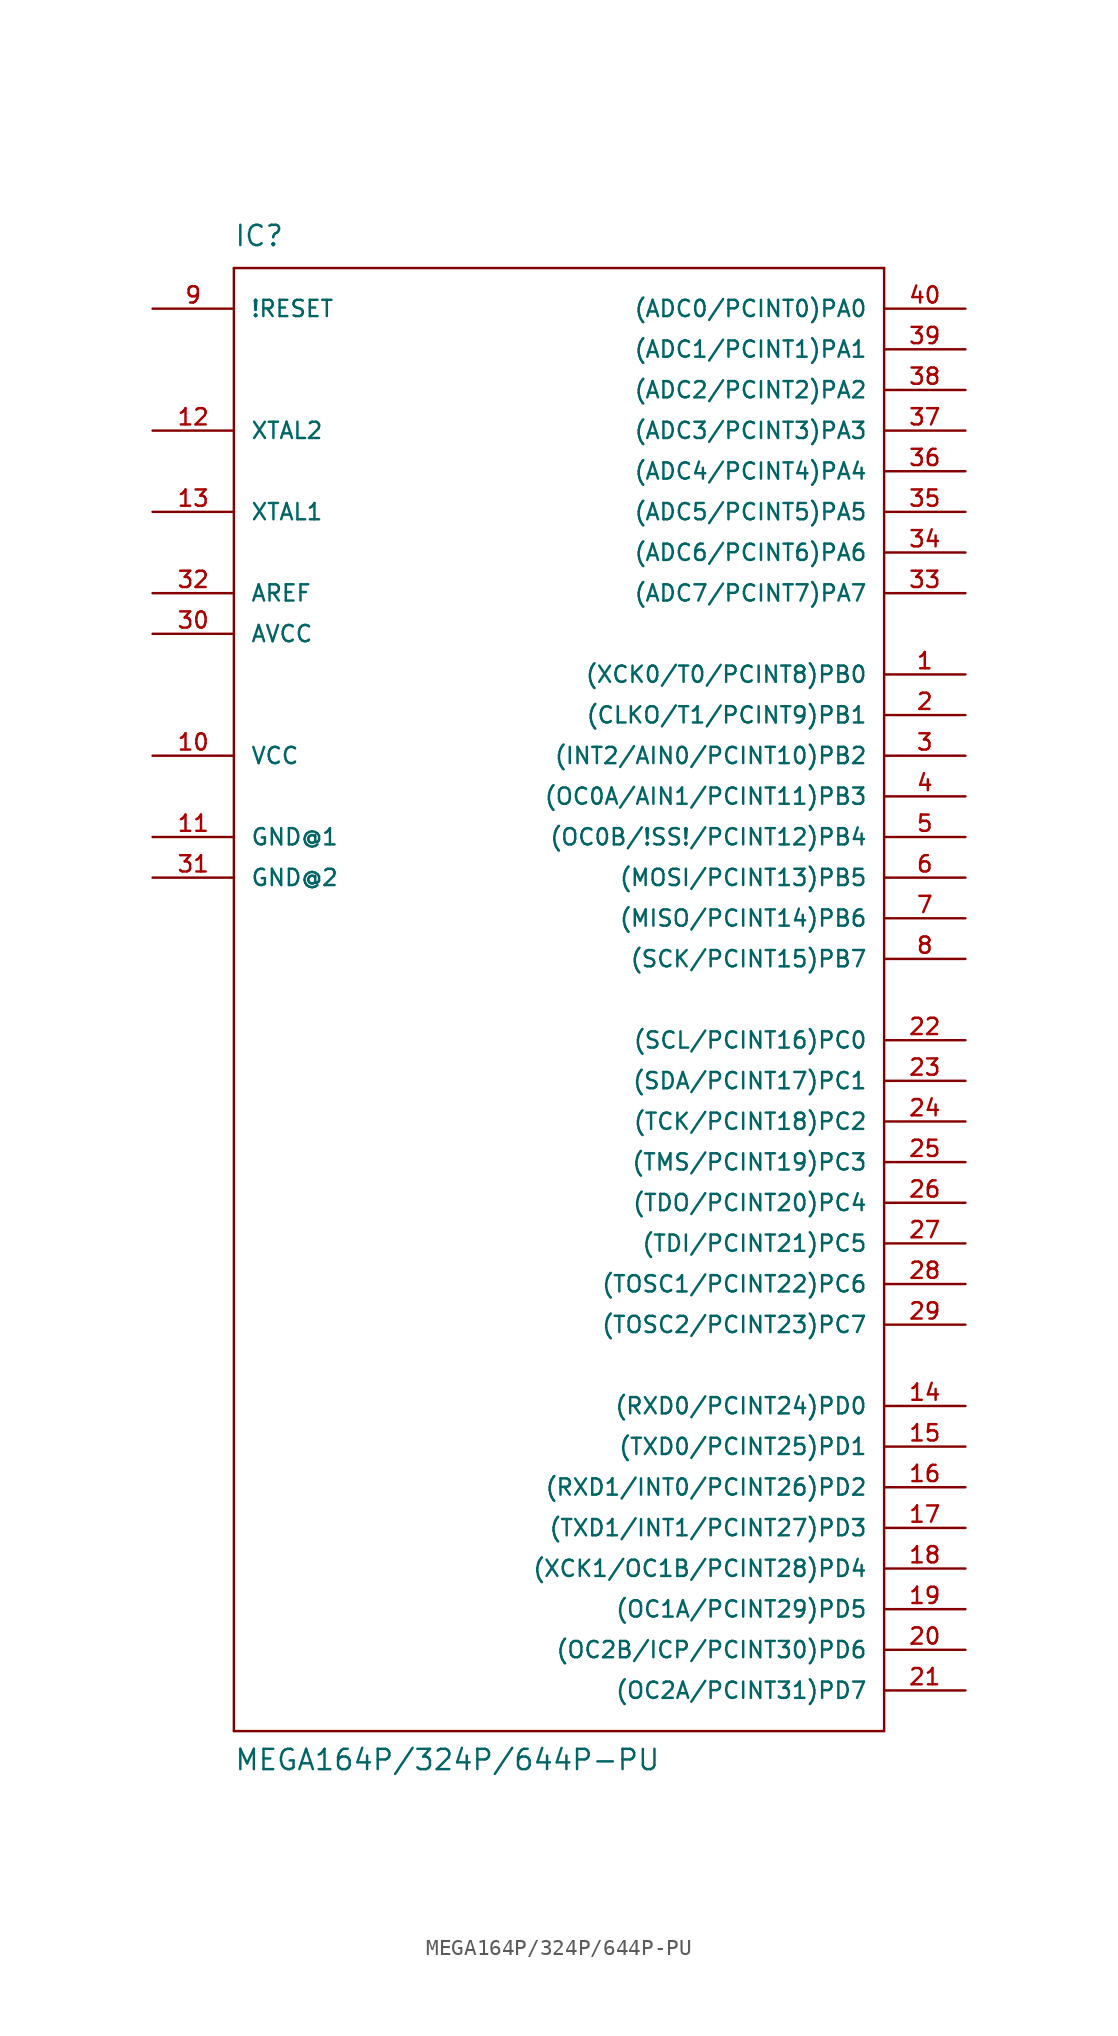
<source format=kicad_sym>
(kicad_symbol_lib
  (version 20231120)
  (generator "kicad_symbol_editor")
  (generator_version "8.0")
  (symbol "MEGA164P/324P/644P-PU"
    (pin_names
      (offset 1.016))
    (property "Reference" "IC"
      (at -20.32 46.99 0)
      (effects (font (size 1.27 1.27)) (justify left bottom)))
    (property "Value" "MEGA164P/324P/644P-PU"
      (at -20.32 -48.26 0)
      (effects (font (size 1.27 1.27)) (justify left bottom)))
    (property "Datasheet" ""
      (at 0 0 0)
      (effects (font (size 1.524 1.524))))
    (property "ki_locked" ""
      (at 0 0 0)
      (effects (font (size 1.27 1.27))))
    (symbol "MEGA164P/324P/644P-PU_1_0"
      (polyline (pts (xy -20.32 -45.72) (xy -20.32 45.72)) (stroke (width 0) (type solid)) (fill (type none)))
      (polyline (pts (xy -20.32 45.72) (xy 20.32 45.72)) (stroke (width 0) (type solid)) (fill (type none)))
      (polyline (pts (xy 20.32 -45.72) (xy -20.32 -45.72)) (stroke (width 0) (type solid)) (fill (type none)))
      (polyline (pts (xy 20.32 45.72) (xy 20.32 -45.72)) (stroke (width 0) (type solid)) (fill (type none))))
    (symbol "MEGA164P/324P/644P-PU_1_1"
      (pin bidirectional line (at 25.4 20.32 180) (length 5.08) (name "(XCK0/T0/PCINT8)PB0" (effects (font (size 1.016 1.016)))) (number "1" (effects (font (size 1.016 1.016)))))
      (pin power_in line (at -25.4 15.24 0) (length 5.08) (name "VCC" (effects (font (size 1.016 1.016)))) (number "10" (effects (font (size 1.016 1.016)))))
      (pin power_in line (at -25.4 10.16 0) (length 5.08) (name "GND@1" (effects (font (size 1.016 1.016)))) (number "11" (effects (font (size 1.016 1.016)))))
      (pin output line (at -25.4 35.56 0) (length 5.08) (name "XTAL2" (effects (font (size 1.016 1.016)))) (number "12" (effects (font (size 1.016 1.016)))))
      (pin input line (at -25.4 30.48 0) (length 5.08) (name "XTAL1" (effects (font (size 1.016 1.016)))) (number "13" (effects (font (size 1.016 1.016)))))
      (pin bidirectional line (at 25.4 -25.4 180) (length 5.08) (name "(RXD0/PCINT24)PD0" (effects (font (size 1.016 1.016)))) (number "14" (effects (font (size 1.016 1.016)))))
      (pin bidirectional line (at 25.4 -27.94 180) (length 5.08) (name "(TXD0/PCINT25)PD1" (effects (font (size 1.016 1.016)))) (number "15" (effects (font (size 1.016 1.016)))))
      (pin bidirectional line (at 25.4 -30.48 180) (length 5.08) (name "(RXD1/INT0/PCINT26)PD2" (effects (font (size 1.016 1.016)))) (number "16" (effects (font (size 1.016 1.016)))))
      (pin bidirectional line (at 25.4 -33.02 180) (length 5.08) (name "(TXD1/INT1/PCINT27)PD3" (effects (font (size 1.016 1.016)))) (number "17" (effects (font (size 1.016 1.016)))))
      (pin bidirectional line (at 25.4 -35.56 180) (length 5.08) (name "(XCK1/OC1B/PCINT28)PD4" (effects (font (size 1.016 1.016)))) (number "18" (effects (font (size 1.016 1.016)))))
      (pin bidirectional line (at 25.4 -38.1 180) (length 5.08) (name "(OC1A/PCINT29)PD5" (effects (font (size 1.016 1.016)))) (number "19" (effects (font (size 1.016 1.016)))))
      (pin bidirectional line (at 25.4 17.78 180) (length 5.08) (name "(CLKO/T1/PCINT9)PB1" (effects (font (size 1.016 1.016)))) (number "2" (effects (font (size 1.016 1.016)))))
      (pin bidirectional line (at 25.4 -40.64 180) (length 5.08) (name "(OC2B/ICP/PCINT30)PD6" (effects (font (size 1.016 1.016)))) (number "20" (effects (font (size 1.016 1.016)))))
      (pin bidirectional line (at 25.4 -43.18 180) (length 5.08) (name "(OC2A/PCINT31)PD7" (effects (font (size 1.016 1.016)))) (number "21" (effects (font (size 1.016 1.016)))))
      (pin bidirectional line (at 25.4 -2.54 180) (length 5.08) (name "(SCL/PCINT16)PC0" (effects (font (size 1.016 1.016)))) (number "22" (effects (font (size 1.016 1.016)))))
      (pin bidirectional line (at 25.4 -5.08 180) (length 5.08) (name "(SDA/PCINT17)PC1" (effects (font (size 1.016 1.016)))) (number "23" (effects (font (size 1.016 1.016)))))
      (pin bidirectional line (at 25.4 -7.62 180) (length 5.08) (name "(TCK/PCINT18)PC2" (effects (font (size 1.016 1.016)))) (number "24" (effects (font (size 1.016 1.016)))))
      (pin bidirectional line (at 25.4 -10.16 180) (length 5.08) (name "(TMS/PCINT19)PC3" (effects (font (size 1.016 1.016)))) (number "25" (effects (font (size 1.016 1.016)))))
      (pin bidirectional line (at 25.4 -12.7 180) (length 5.08) (name "(TDO/PCINT20)PC4" (effects (font (size 1.016 1.016)))) (number "26" (effects (font (size 1.016 1.016)))))
      (pin bidirectional line (at 25.4 -15.24 180) (length 5.08) (name "(TDI/PCINT21)PC5" (effects (font (size 1.016 1.016)))) (number "27" (effects (font (size 1.016 1.016)))))
      (pin bidirectional line (at 25.4 -17.78 180) (length 5.08) (name "(TOSC1/PCINT22)PC6" (effects (font (size 1.016 1.016)))) (number "28" (effects (font (size 1.016 1.016)))))
      (pin bidirectional line (at 25.4 -20.32 180) (length 5.08) (name "(TOSC2/PCINT23)PC7" (effects (font (size 1.016 1.016)))) (number "29" (effects (font (size 1.016 1.016)))))
      (pin bidirectional line (at 25.4 15.24 180) (length 5.08) (name "(INT2/AIN0/PCINT10)PB2" (effects (font (size 1.016 1.016)))) (number "3" (effects (font (size 1.016 1.016)))))
      (pin power_in line (at -25.4 22.86 0) (length 5.08) (name "AVCC" (effects (font (size 1.016 1.016)))) (number "30" (effects (font (size 1.016 1.016)))))
      (pin power_in line (at -25.4 7.62 0) (length 5.08) (name "GND@2" (effects (font (size 1.016 1.016)))) (number "31" (effects (font (size 1.016 1.016)))))
      (pin power_in line (at -25.4 25.4 0) (length 5.08) (name "AREF" (effects (font (size 1.016 1.016)))) (number "32" (effects (font (size 1.016 1.016)))))
      (pin bidirectional line (at 25.4 25.4 180) (length 5.08) (name "(ADC7/PCINT7)PA7" (effects (font (size 1.016 1.016)))) (number "33" (effects (font (size 1.016 1.016)))))
      (pin bidirectional line (at 25.4 27.94 180) (length 5.08) (name "(ADC6/PCINT6)PA6" (effects (font (size 1.016 1.016)))) (number "34" (effects (font (size 1.016 1.016)))))
      (pin bidirectional line (at 25.4 30.48 180) (length 5.08) (name "(ADC5/PCINT5)PA5" (effects (font (size 1.016 1.016)))) (number "35" (effects (font (size 1.016 1.016)))))
      (pin bidirectional line (at 25.4 33.02 180) (length 5.08) (name "(ADC4/PCINT4)PA4" (effects (font (size 1.016 1.016)))) (number "36" (effects (font (size 1.016 1.016)))))
      (pin bidirectional line (at 25.4 35.56 180) (length 5.08) (name "(ADC3/PCINT3)PA3" (effects (font (size 1.016 1.016)))) (number "37" (effects (font (size 1.016 1.016)))))
      (pin bidirectional line (at 25.4 38.1 180) (length 5.08) (name "(ADC2/PCINT2)PA2" (effects (font (size 1.016 1.016)))) (number "38" (effects (font (size 1.016 1.016)))))
      (pin bidirectional line (at 25.4 40.64 180) (length 5.08) (name "(ADC1/PCINT1)PA1" (effects (font (size 1.016 1.016)))) (number "39" (effects (font (size 1.016 1.016)))))
      (pin bidirectional line (at 25.4 12.7 180) (length 5.08) (name "(OC0A/AIN1/PCINT11)PB3" (effects (font (size 1.016 1.016)))) (number "4" (effects (font (size 1.016 1.016)))))
      (pin bidirectional line (at 25.4 43.18 180) (length 5.08) (name "(ADC0/PCINT0)PA0" (effects (font (size 1.016 1.016)))) (number "40" (effects (font (size 1.016 1.016)))))
      (pin bidirectional line (at 25.4 10.16 180) (length 5.08) (name "(OC0B/!SS!/PCINT12)PB4" (effects (font (size 1.016 1.016)))) (number "5" (effects (font (size 1.016 1.016)))))
      (pin bidirectional line (at 25.4 7.62 180) (length 5.08) (name "(MOSI/PCINT13)PB5" (effects (font (size 1.016 1.016)))) (number "6" (effects (font (size 1.016 1.016)))))
      (pin bidirectional line (at 25.4 5.08 180) (length 5.08) (name "(MISO/PCINT14)PB6" (effects (font (size 1.016 1.016)))) (number "7" (effects (font (size 1.016 1.016)))))
      (pin bidirectional line (at 25.4 2.54 180) (length 5.08) (name "(SCK/PCINT15)PB7" (effects (font (size 1.016 1.016)))) (number "8" (effects (font (size 1.016 1.016)))))
      (pin input line (at -25.4 43.18 0) (length 5.08) (name "!RESET" (effects (font (size 1.016 1.016)))) (number "9" (effects (font (size 1.016 1.016))))))))
</source>
